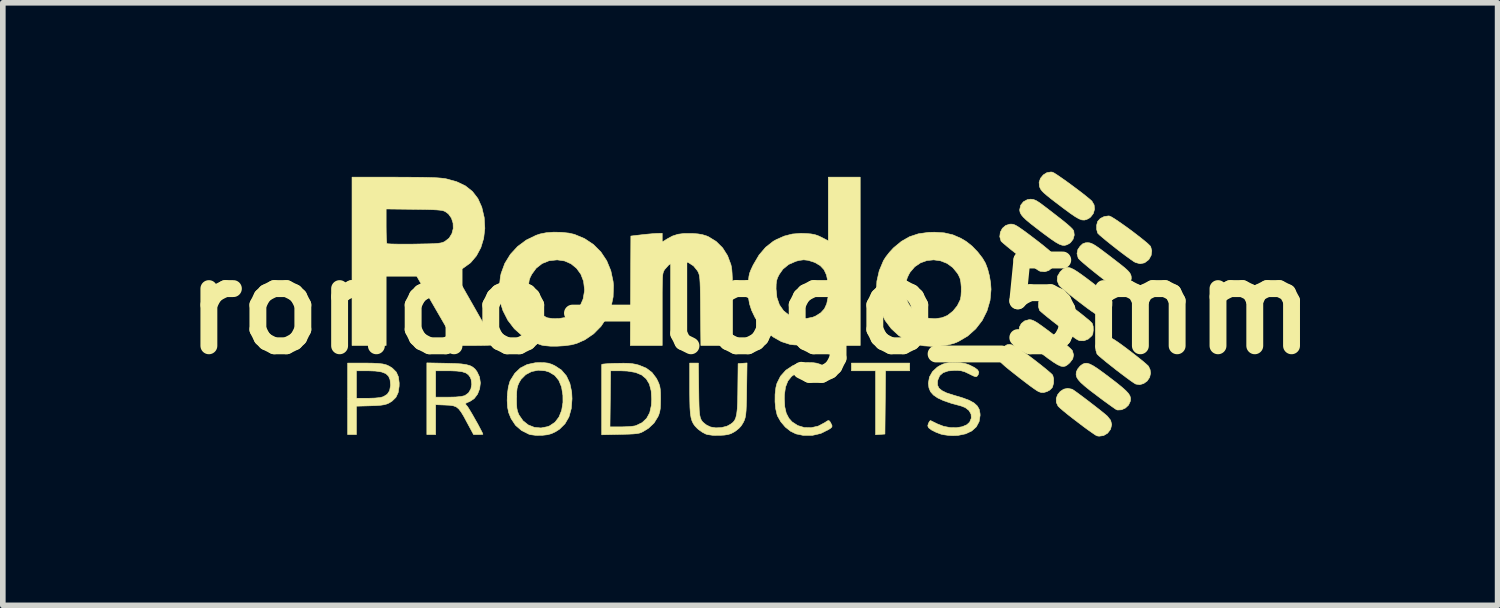
<source format=kicad_pcb>
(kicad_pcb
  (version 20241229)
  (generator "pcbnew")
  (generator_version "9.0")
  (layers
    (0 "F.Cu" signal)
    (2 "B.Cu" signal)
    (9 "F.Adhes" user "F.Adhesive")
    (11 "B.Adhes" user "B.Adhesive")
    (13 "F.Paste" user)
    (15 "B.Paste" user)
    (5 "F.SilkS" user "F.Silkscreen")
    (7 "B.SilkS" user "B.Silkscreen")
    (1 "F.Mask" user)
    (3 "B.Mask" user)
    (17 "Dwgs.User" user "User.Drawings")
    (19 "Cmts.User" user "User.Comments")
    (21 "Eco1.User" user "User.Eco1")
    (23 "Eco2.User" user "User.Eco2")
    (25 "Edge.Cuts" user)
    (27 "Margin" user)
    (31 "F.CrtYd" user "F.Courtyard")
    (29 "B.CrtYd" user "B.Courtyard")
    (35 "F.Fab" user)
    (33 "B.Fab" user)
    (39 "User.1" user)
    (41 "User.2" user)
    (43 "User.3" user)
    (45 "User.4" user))
  (footprint "rondo-logo_5mm"
    (layer "F.Cu")
    (at 10.276 2.403)
    (property "Reference" "rondo-logo_5mm" (at 0 0 0) (layer "F.SilkS") (effects (font (size 1.524 1.524) (thickness 0.3))))
    (attr through_hole)
    (fp_poly (pts (xy 2.833 1.133) (xy 2.404 1.133) (xy 2.393 2.257) (xy 2.31 2.263) (xy 2.227 2.269) (xy 2.227 1.133) (xy 1.798 1.133) (xy 1.798 0.996) (xy 2.833 0.996) (xy 2.833 1.133)) (stroke (width 0.01) (type solid)) (fill yes) (layer "F.SilkS"))
    (fp_poly (pts (xy 5.029 -1.91) (xy 5.078 -1.891) (xy 5.137 -1.854) (xy 5.182 -1.821) (xy 5.336 -1.704) (xy 5.462 -1.606) (xy 5.562 -1.528) (xy 5.637 -1.466) (xy 5.691 -1.418) (xy 5.726 -1.382) (xy 5.744 -1.357) (xy 5.747 -1.35) (xy 5.756 -1.277) (xy 5.735 -1.203) (xy 5.689 -1.143) (xy 5.669 -1.128) (xy 5.625 -1.105) (xy 5.584 -1.094) (xy 5.541 -1.097) (xy 5.489 -1.116) (xy 5.425 -1.152) (xy 5.342 -1.208) (xy 5.236 -1.286) (xy 5.202 -1.311) (xy 5.075 -1.408) (xy 4.976 -1.485) (xy 4.902 -1.547) (xy 4.85 -1.597) (xy 4.816 -1.638) (xy 4.796 -1.675) (xy 4.788 -1.709) (xy 4.787 -1.73) (xy 4.805 -1.808) (xy 4.853 -1.869) (xy 4.923 -1.907) (xy 4.98 -1.915) (xy 5.029 -1.91)) (stroke (width 0.01) (type solid)) (fill yes) (layer "F.SilkS"))
    (fp_poly (pts (xy 4.989 0.228) (xy 5.021 0.238) (xy 5.06 0.257) (xy 5.111 0.289) (xy 5.18 0.337) (xy 5.271 0.404) (xy 5.369 0.478) (xy 5.469 0.555) (xy 5.559 0.627) (xy 5.634 0.69) (xy 5.689 0.739) (xy 5.72 0.771) (xy 5.723 0.776) (xy 5.744 0.853) (xy 5.729 0.922) (xy 5.678 0.989) (xy 5.638 1.025) (xy 5.6 1.049) (xy 5.561 1.058) (xy 5.515 1.05) (xy 5.458 1.024) (xy 5.384 0.978) (xy 5.29 0.912) (xy 5.171 0.822) (xy 5.156 0.811) (xy 5.057 0.733) (xy 4.966 0.66) (xy 4.89 0.596) (xy 4.834 0.545) (xy 4.802 0.511) (xy 4.799 0.507) (xy 4.774 0.433) (xy 4.781 0.359) (xy 4.816 0.294) (xy 4.875 0.247) (xy 4.951 0.226) (xy 4.961 0.226) (xy 4.989 0.228)) (stroke (width 0.01) (type solid)) (fill yes) (layer "F.SilkS"))
    (fp_poly (pts (xy 5.386 -0.232) (xy 5.443 -0.197) (xy 5.518 -0.145) (xy 5.606 -0.083) (xy 5.701 -0.014) (xy 5.796 0.058) (xy 5.886 0.128) (xy 5.965 0.192) (xy 6.028 0.244) (xy 6.067 0.282) (xy 6.077 0.295) (xy 6.092 0.346) (xy 6.094 0.412) (xy 6.086 0.473) (xy 6.071 0.509) (xy 6.004 0.57) (xy 5.928 0.6) (xy 5.851 0.598) (xy 5.813 0.582) (xy 5.774 0.557) (xy 5.714 0.514) (xy 5.638 0.458) (xy 5.551 0.392) (xy 5.461 0.322) (xy 5.371 0.252) (xy 5.289 0.187) (xy 5.219 0.13) (xy 5.168 0.086) (xy 5.14 0.06) (xy 5.138 0.057) (xy 5.121 -0.004) (xy 5.122 -0.079) (xy 5.14 -0.147) (xy 5.149 -0.165) (xy 5.205 -0.217) (xy 5.279 -0.246) (xy 5.354 -0.247) (xy 5.386 -0.232)) (stroke (width 0.01) (type solid)) (fill yes) (layer "F.SilkS"))
    (fp_poly (pts (xy 5.686 -0.694) (xy 5.746 -0.667) (xy 5.822 -0.619) (xy 5.918 -0.551) (xy 6.04 -0.46) (xy 6.065 -0.441) (xy 6.163 -0.364) (xy 6.252 -0.294) (xy 6.325 -0.234) (xy 6.378 -0.188) (xy 6.406 -0.16) (xy 6.409 -0.157) (xy 6.427 -0.091) (xy 6.425 -0.016) (xy 6.404 0.051) (xy 6.387 0.076) (xy 6.313 0.133) (xy 6.233 0.152) (xy 6.16 0.136) (xy 6.124 0.116) (xy 6.065 0.076) (xy 5.988 0.021) (xy 5.901 -0.045) (xy 5.809 -0.115) (xy 5.717 -0.187) (xy 5.633 -0.255) (xy 5.563 -0.314) (xy 5.511 -0.359) (xy 5.486 -0.387) (xy 5.486 -0.387) (xy 5.453 -0.467) (xy 5.459 -0.546) (xy 5.504 -0.622) (xy 5.52 -0.639) (xy 5.559 -0.675) (xy 5.597 -0.696) (xy 5.638 -0.704) (xy 5.686 -0.694)) (stroke (width 0.01) (type solid)) (fill yes) (layer "F.SilkS"))
    (fp_poly (pts (xy 5.714 1.46) (xy 5.727 1.466) (xy 5.76 1.488) (xy 5.817 1.529) (xy 5.891 1.584) (xy 5.976 1.648) (xy 6.066 1.717) (xy 6.154 1.785) (xy 6.233 1.847) (xy 6.297 1.899) (xy 6.339 1.935) (xy 6.344 1.939) (xy 6.402 2.013) (xy 6.421 2.088) (xy 6.402 2.168) (xy 6.399 2.175) (xy 6.348 2.242) (xy 6.277 2.284) (xy 6.197 2.295) (xy 6.16 2.289) (xy 6.13 2.273) (xy 6.076 2.236) (xy 6.003 2.185) (xy 5.917 2.122) (xy 5.825 2.052) (xy 5.732 1.981) (xy 5.645 1.913) (xy 5.569 1.851) (xy 5.51 1.801) (xy 5.474 1.767) (xy 5.469 1.762) (xy 5.437 1.694) (xy 5.436 1.623) (xy 5.462 1.556) (xy 5.508 1.5) (xy 5.569 1.46) (xy 5.64 1.445) (xy 5.714 1.46)) (stroke (width 0.01) (type solid)) (fill yes) (layer "F.SilkS"))
    (fp_poly (pts (xy 6.38 -1.616) (xy 6.414 -1.601) (xy 6.472 -1.566) (xy 6.548 -1.515) (xy 6.637 -1.453) (xy 6.733 -1.384) (xy 6.829 -1.312) (xy 6.92 -1.242) (xy 7 -1.178) (xy 7.063 -1.125) (xy 7.103 -1.086) (xy 7.113 -1.073) (xy 7.133 -0.998) (xy 7.122 -0.917) (xy 7.082 -0.845) (xy 7.078 -0.84) (xy 7.006 -0.785) (xy 6.927 -0.768) (xy 6.845 -0.79) (xy 6.817 -0.805) (xy 6.759 -0.845) (xy 6.684 -0.899) (xy 6.598 -0.963) (xy 6.507 -1.033) (xy 6.416 -1.105) (xy 6.332 -1.172) (xy 6.26 -1.232) (xy 6.206 -1.278) (xy 6.176 -1.308) (xy 6.172 -1.313) (xy 6.154 -1.378) (xy 6.154 -1.454) (xy 6.172 -1.52) (xy 6.173 -1.521) (xy 6.219 -1.572) (xy 6.287 -1.606) (xy 6.361 -1.617) (xy 6.38 -1.616)) (stroke (width 0.01) (type solid)) (fill yes) (layer "F.SilkS"))
    (fp_poly (pts (xy 4.653 -1.471) (xy 4.682 -1.465) (xy 4.717 -1.45) (xy 4.762 -1.423) (xy 4.822 -1.382) (xy 4.902 -1.324) (xy 5.006 -1.246) (xy 5.036 -1.223) (xy 5.137 -1.146) (xy 5.227 -1.074) (xy 5.302 -1.012) (xy 5.357 -0.962) (xy 5.387 -0.93) (xy 5.39 -0.925) (xy 5.411 -0.841) (xy 5.4 -0.763) (xy 5.362 -0.697) (xy 5.304 -0.649) (xy 5.232 -0.626) (xy 5.15 -0.635) (xy 5.139 -0.64) (xy 5.109 -0.657) (xy 5.056 -0.694) (xy 4.985 -0.746) (xy 4.902 -0.809) (xy 4.811 -0.878) (xy 4.721 -0.949) (xy 4.635 -1.017) (xy 4.56 -1.078) (xy 4.501 -1.128) (xy 4.464 -1.161) (xy 4.455 -1.172) (xy 4.433 -1.249) (xy 4.443 -1.328) (xy 4.479 -1.397) (xy 4.538 -1.448) (xy 4.613 -1.472) (xy 4.624 -1.472) (xy 4.653 -1.471)) (stroke (width 0.01) (type solid)) (fill yes) (layer "F.SilkS"))
    (fp_poly (pts (xy 5.37 -2.394) (xy 5.4 -2.379) (xy 5.455 -2.344) (xy 5.529 -2.293) (xy 5.616 -2.232) (xy 5.709 -2.164) (xy 5.803 -2.094) (xy 5.893 -2.026) (xy 5.971 -1.964) (xy 6.032 -1.914) (xy 6.071 -1.879) (xy 6.071 -1.878) (xy 6.109 -1.812) (xy 6.116 -1.736) (xy 6.095 -1.661) (xy 6.047 -1.598) (xy 6.018 -1.576) (xy 5.975 -1.554) (xy 5.934 -1.544) (xy 5.891 -1.547) (xy 5.84 -1.566) (xy 5.775 -1.603) (xy 5.692 -1.659) (xy 5.585 -1.738) (xy 5.554 -1.761) (xy 5.433 -1.853) (xy 5.339 -1.925) (xy 5.269 -1.982) (xy 5.219 -2.025) (xy 5.184 -2.06) (xy 5.161 -2.09) (xy 5.147 -2.118) (xy 5.138 -2.142) (xy 5.132 -2.216) (xy 5.157 -2.287) (xy 5.206 -2.346) (xy 5.27 -2.386) (xy 5.343 -2.398) (xy 5.37 -2.394)) (stroke (width 0.01) (type solid)) (fill yes) (layer "F.SilkS"))
    (fp_poly (pts (xy 6.025 -1.14) (xy 6.056 -1.131) (xy 6.095 -1.113) (xy 6.145 -1.082) (xy 6.212 -1.035) (xy 6.301 -0.968) (xy 6.374 -0.913) (xy 6.495 -0.82) (xy 6.589 -0.747) (xy 6.659 -0.69) (xy 6.708 -0.645) (xy 6.739 -0.609) (xy 6.758 -0.577) (xy 6.767 -0.546) (xy 6.769 -0.513) (xy 6.769 -0.505) (xy 6.752 -0.428) (xy 6.706 -0.366) (xy 6.641 -0.326) (xy 6.565 -0.314) (xy 6.505 -0.329) (xy 6.469 -0.35) (xy 6.411 -0.39) (xy 6.336 -0.445) (xy 6.251 -0.511) (xy 6.16 -0.582) (xy 6.07 -0.654) (xy 5.986 -0.723) (xy 5.914 -0.784) (xy 5.86 -0.832) (xy 5.83 -0.863) (xy 5.826 -0.87) (xy 5.805 -0.949) (xy 5.82 -1.021) (xy 5.86 -1.079) (xy 5.906 -1.122) (xy 5.955 -1.14) (xy 5.994 -1.142) (xy 6.025 -1.14)) (stroke (width 0.01) (type solid)) (fill yes) (layer "F.SilkS"))
    (fp_poly (pts (xy 6.033 1.014) (xy 6.095 1.046) (xy 6.175 1.098) (xy 6.276 1.171) (xy 6.393 1.259) (xy 6.514 1.352) (xy 6.606 1.427) (xy 6.674 1.488) (xy 6.719 1.537) (xy 6.745 1.579) (xy 6.756 1.618) (xy 6.755 1.658) (xy 6.751 1.677) (xy 6.72 1.743) (xy 6.664 1.795) (xy 6.596 1.826) (xy 6.526 1.83) (xy 6.506 1.824) (xy 6.482 1.809) (xy 6.432 1.774) (xy 6.362 1.724) (xy 6.275 1.661) (xy 6.179 1.589) (xy 6.161 1.575) (xy 6.036 1.481) (xy 5.941 1.404) (xy 5.872 1.342) (xy 5.826 1.29) (xy 5.799 1.245) (xy 5.789 1.203) (xy 5.792 1.161) (xy 5.793 1.152) (xy 5.817 1.102) (xy 5.858 1.052) (xy 5.867 1.044) (xy 5.905 1.016) (xy 5.942 1.001) (xy 5.983 0.999) (xy 6.033 1.014)) (stroke (width 0.01) (type solid)) (fill yes) (layer "F.SilkS"))
    (fp_poly (pts (xy 6.357 0.53) (xy 6.405 0.547) (xy 6.466 0.581) (xy 6.544 0.633) (xy 6.644 0.706) (xy 6.722 0.765) (xy 6.82 0.84) (xy 6.91 0.911) (xy 6.986 0.972) (xy 7.041 1.02) (xy 7.072 1.049) (xy 7.074 1.051) (xy 7.103 1.113) (xy 7.112 1.175) (xy 7.095 1.25) (xy 7.052 1.314) (xy 6.99 1.359) (xy 6.919 1.38) (xy 6.848 1.369) (xy 6.815 1.349) (xy 6.758 1.31) (xy 6.684 1.256) (xy 6.599 1.192) (xy 6.507 1.122) (xy 6.416 1.05) (xy 6.33 0.982) (xy 6.256 0.921) (xy 6.199 0.873) (xy 6.166 0.841) (xy 6.16 0.834) (xy 6.14 0.77) (xy 6.137 0.696) (xy 6.152 0.631) (xy 6.155 0.624) (xy 6.187 0.589) (xy 6.232 0.557) (xy 6.275 0.537) (xy 6.315 0.528) (xy 6.357 0.53)) (stroke (width 0.01) (type solid)) (fill yes) (layer "F.SilkS"))
    (fp_poly (pts (xy 4.651 0.674) (xy 4.711 0.701) (xy 4.787 0.749) (xy 4.884 0.817) (xy 5.006 0.909) (xy 5.03 0.927) (xy 5.128 1.003) (xy 5.216 1.073) (xy 5.289 1.133) (xy 5.342 1.179) (xy 5.37 1.207) (xy 5.373 1.211) (xy 5.39 1.275) (xy 5.389 1.351) (xy 5.37 1.42) (xy 5.362 1.435) (xy 5.321 1.476) (xy 5.271 1.503) (xy 5.215 1.519) (xy 5.172 1.52) (xy 5.125 1.504) (xy 5.091 1.485) (xy 5.034 1.446) (xy 4.959 1.392) (xy 4.873 1.327) (xy 4.782 1.257) (xy 4.691 1.185) (xy 4.605 1.117) (xy 4.532 1.057) (xy 4.477 1.008) (xy 4.446 0.977) (xy 4.441 0.972) (xy 4.415 0.89) (xy 4.428 0.81) (xy 4.479 0.734) (xy 4.485 0.728) (xy 4.524 0.693) (xy 4.562 0.671) (xy 4.603 0.664) (xy 4.651 0.674)) (stroke (width 0.01) (type solid)) (fill yes) (layer "F.SilkS"))
    (fp_poly (pts (xy -6.714 0.998) (xy -6.609 1.003) (xy -6.528 1.012) (xy -6.464 1.028) (xy -6.411 1.052) (xy -6.36 1.084) (xy -6.353 1.09) (xy -6.287 1.156) (xy -6.249 1.241) (xy -6.235 1.35) (xy -6.236 1.406) (xy -6.253 1.519) (xy -6.294 1.606) (xy -6.363 1.673) (xy -6.415 1.705) (xy -6.456 1.723) (xy -6.503 1.736) (xy -6.562 1.745) (xy -6.644 1.751) (xy -6.746 1.755) (xy -6.995 1.762) (xy -6.995 2.266) (xy -7.151 2.266) (xy -7.151 1.133) (xy -6.995 1.133) (xy -6.995 1.622) (xy -6.789 1.622) (xy -6.667 1.618) (xy -6.574 1.609) (xy -6.518 1.594) (xy -6.447 1.55) (xy -6.405 1.486) (xy -6.389 1.397) (xy -6.389 1.377) (xy -6.397 1.293) (xy -6.424 1.229) (xy -6.473 1.183) (xy -6.549 1.154) (xy -6.655 1.138) (xy -6.789 1.133) (xy -6.995 1.133) (xy -7.151 1.133) (xy -7.151 0.996) (xy -6.851 0.996) (xy -6.714 0.998)) (stroke (width 0.01) (type solid)) (fill yes) (layer "F.SilkS"))
    (fp_poly (pts (xy -0.063 1.469) (xy -0.065 1.624) (xy -0.069 1.746) (xy -0.073 1.839) (xy -0.08 1.911) (xy -0.09 1.967) (xy -0.104 2.011) (xy -0.123 2.051) (xy -0.148 2.092) (xy -0.164 2.116) (xy -0.203 2.158) (xy -0.26 2.203) (xy -0.29 2.222) (xy -0.343 2.25) (xy -0.397 2.266) (xy -0.464 2.276) (xy -0.546 2.28) (xy -0.669 2.279) (xy -0.76 2.266) (xy -0.791 2.256) (xy -0.853 2.223) (xy -0.919 2.176) (xy -0.942 2.155) (xy -0.981 2.114) (xy -1.011 2.072) (xy -1.034 2.024) (xy -1.051 1.965) (xy -1.063 1.889) (xy -1.07 1.791) (xy -1.073 1.667) (xy -1.075 1.51) (xy -1.075 1.452) (xy -1.075 0.996) (xy -0.92 0.996) (xy -0.914 1.474) (xy -0.912 1.631) (xy -0.909 1.754) (xy -0.905 1.848) (xy -0.897 1.918) (xy -0.885 1.971) (xy -0.868 2.01) (xy -0.845 2.041) (xy -0.813 2.069) (xy -0.775 2.098) (xy -0.703 2.132) (xy -0.61 2.147) (xy -0.511 2.142) (xy -0.418 2.119) (xy -0.392 2.107) (xy -0.344 2.079) (xy -0.305 2.049) (xy -0.276 2.013) (xy -0.255 1.964) (xy -0.24 1.899) (xy -0.23 1.812) (xy -0.224 1.699) (xy -0.221 1.554) (xy -0.22 1.456) (xy -0.215 1.006) (xy -0.135 1) (xy -0.056 0.994) (xy -0.063 1.469)) (stroke (width 0.01) (type solid)) (fill yes) (layer "F.SilkS"))
    (fp_poly (pts (xy -1.563 -1.154) (xy -1.475 -1.209) (xy -1.381 -1.26) (xy -1.283 -1.292) (xy -1.172 -1.306) (xy -1.034 -1.306) (xy -1.031 -1.306) (xy -0.926 -1.298) (xy -0.846 -1.284) (xy -0.775 -1.262) (xy -0.74 -1.247) (xy -0.604 -1.163) (xy -0.49 -1.05) (xy -0.402 -0.911) (xy -0.343 -0.753) (xy -0.334 -0.713) (xy -0.327 -0.663) (xy -0.322 -0.598) (xy -0.318 -0.515) (xy -0.315 -0.409) (xy -0.314 -0.276) (xy -0.313 -0.11) (xy -0.313 0.024) (xy -0.313 0.684) (xy -0.876 0.684) (xy -0.883 0.064) (xy -0.884 -0.108) (xy -0.886 -0.246) (xy -0.888 -0.353) (xy -0.891 -0.435) (xy -0.895 -0.497) (xy -0.9 -0.542) (xy -0.907 -0.575) (xy -0.916 -0.602) (xy -0.927 -0.626) (xy -0.938 -0.645) (xy -1.007 -0.73) (xy -1.1 -0.79) (xy -1.211 -0.818) (xy -1.252 -0.821) (xy -1.356 -0.802) (xy -1.447 -0.747) (xy -1.519 -0.666) (xy -1.531 -0.647) (xy -1.54 -0.627) (xy -1.548 -0.603) (xy -1.554 -0.569) (xy -1.558 -0.521) (xy -1.56 -0.455) (xy -1.562 -0.366) (xy -1.563 -0.251) (xy -1.563 -0.104) (xy -1.563 0.042) (xy -1.563 0.684) (xy -2.13 0.684) (xy -2.125 -0.288) (xy -2.12 -1.26) (xy -1.925 -1.283) (xy -1.831 -1.293) (xy -1.742 -1.301) (xy -1.671 -1.306) (xy -1.646 -1.307) (xy -1.563 -1.309) (xy -1.563 -1.154)) (stroke (width 0.01) (type solid)) (fill yes) (layer "F.SilkS"))
    (fp_poly (pts (xy -5.397 1) (xy -5.248 1.004) (xy -5.133 1.011) (xy -5.044 1.024) (xy -4.978 1.042) (xy -4.927 1.069) (xy -4.886 1.105) (xy -4.853 1.149) (xy -4.808 1.244) (xy -4.793 1.348) (xy -4.806 1.452) (xy -4.843 1.548) (xy -4.903 1.627) (xy -4.983 1.68) (xy -4.987 1.681) (xy -5.038 1.702) (xy -5.057 1.718) (xy -5.049 1.738) (xy -5.026 1.763) (xy -5.007 1.791) (xy -4.975 1.843) (xy -4.934 1.912) (xy -4.889 1.992) (xy -4.843 2.072) (xy -4.803 2.148) (xy -4.771 2.209) (xy -4.751 2.25) (xy -4.748 2.261) (xy -4.765 2.264) (xy -4.809 2.266) (xy -4.831 2.266) (xy -4.914 2.266) (xy -5.029 2.053) (xy -5.088 1.943) (xy -5.136 1.864) (xy -5.178 1.81) (xy -5.221 1.775) (xy -5.271 1.756) (xy -5.333 1.746) (xy -5.414 1.742) (xy -5.588 1.735) (xy -5.588 2.266) (xy -5.744 2.266) (xy -5.744 1.133) (xy -5.588 1.133) (xy -5.588 1.602) (xy -5.363 1.602) (xy -5.231 1.599) (xy -5.135 1.59) (xy -5.072 1.575) (xy -5.069 1.574) (xy -5.004 1.527) (xy -4.962 1.457) (xy -4.946 1.373) (xy -4.958 1.285) (xy -4.974 1.248) (xy -5.006 1.203) (xy -5.052 1.171) (xy -5.117 1.15) (xy -5.209 1.138) (xy -5.332 1.133) (xy -5.363 1.133) (xy -5.588 1.133) (xy -5.744 1.133) (xy -5.744 0.993) (xy -5.397 1)) (stroke (width 0.01) (type solid)) (fill yes) (layer "F.SilkS"))
    (fp_poly (pts (xy -2.162 1.001) (xy -2.091 1.008) (xy -2.03 1.019) (xy -1.974 1.034) (xy -1.845 1.088) (xy -1.746 1.162) (xy -1.669 1.264) (xy -1.647 1.305) (xy -1.623 1.358) (xy -1.607 1.406) (xy -1.598 1.459) (xy -1.593 1.527) (xy -1.592 1.623) (xy -1.592 1.631) (xy -1.594 1.733) (xy -1.598 1.807) (xy -1.608 1.864) (xy -1.624 1.915) (xy -1.639 1.949) (xy -1.708 2.061) (xy -1.807 2.154) (xy -1.901 2.212) (xy -1.935 2.229) (xy -1.971 2.241) (xy -2.017 2.249) (xy -2.078 2.255) (xy -2.163 2.259) (xy -2.278 2.262) (xy -2.31 2.263) (xy -2.638 2.27) (xy -2.638 2.13) (xy -2.491 2.13) (xy -2.294 2.13) (xy -2.202 2.127) (xy -2.117 2.122) (xy -2.053 2.113) (xy -2.03 2.107) (xy -1.921 2.055) (xy -1.84 1.979) (xy -1.785 1.878) (xy -1.756 1.749) (xy -1.75 1.641) (xy -1.759 1.491) (xy -1.791 1.369) (xy -1.847 1.276) (xy -1.929 1.207) (xy -2.04 1.162) (xy -2.183 1.138) (xy -2.308 1.133) (xy -2.48 1.133) (xy -2.491 2.13) (xy -2.638 2.13) (xy -2.638 1.653) (xy -2.638 1.501) (xy -2.638 1.362) (xy -2.638 1.24) (xy -2.638 1.141) (xy -2.638 1.068) (xy -2.638 1.028) (xy -2.638 1.021) (xy -2.619 1.015) (xy -2.569 1.01) (xy -2.494 1.005) (xy -2.401 1.001) (xy -2.37 1.001) (xy -2.251 0.999) (xy -2.162 1.001)) (stroke (width 0.01) (type solid)) (fill yes) (layer "F.SilkS"))
    (fp_poly (pts (xy 1.113 0.989) (xy 1.178 0.998) (xy 1.24 1.017) (xy 1.315 1.052) (xy 1.316 1.052) (xy 1.384 1.087) (xy 1.423 1.111) (xy 1.44 1.132) (xy 1.441 1.158) (xy 1.438 1.178) (xy 1.427 1.223) (xy 1.417 1.247) (xy 1.417 1.247) (xy 1.396 1.244) (xy 1.35 1.225) (xy 1.288 1.196) (xy 1.279 1.191) (xy 1.143 1.14) (xy 1.011 1.125) (xy 0.887 1.145) (xy 0.826 1.17) (xy 0.735 1.232) (xy 0.669 1.315) (xy 0.627 1.422) (xy 0.608 1.557) (xy 0.606 1.631) (xy 0.614 1.773) (xy 0.64 1.887) (xy 0.687 1.977) (xy 0.743 2.04) (xy 0.844 2.106) (xy 0.96 2.141) (xy 1.084 2.144) (xy 1.208 2.116) (xy 1.323 2.055) (xy 1.325 2.054) (xy 1.371 2.023) (xy 1.398 2.017) (xy 1.418 2.038) (xy 1.436 2.071) (xy 1.453 2.107) (xy 1.451 2.131) (xy 1.425 2.156) (xy 1.392 2.177) (xy 1.254 2.246) (xy 1.102 2.281) (xy 0.944 2.281) (xy 0.813 2.254) (xy 0.717 2.207) (xy 0.624 2.133) (xy 0.544 2.039) (xy 0.486 1.938) (xy 0.477 1.914) (xy 0.453 1.809) (xy 0.441 1.684) (xy 0.442 1.553) (xy 0.456 1.432) (xy 0.475 1.356) (xy 0.538 1.23) (xy 0.633 1.124) (xy 0.755 1.043) (xy 0.758 1.042) (xy 0.825 1.012) (xy 0.887 0.995) (xy 0.959 0.988) (xy 1.026 0.987) (xy 1.113 0.989)) (stroke (width 0.01) (type solid)) (fill yes) (layer "F.SilkS"))
    (fp_poly (pts (xy -3.653 0.99) (xy -3.587 0.998) (xy -3.526 1.018) (xy -3.472 1.043) (xy -3.354 1.12) (xy -3.265 1.224) (xy -3.204 1.355) (xy -3.171 1.512) (xy -3.165 1.631) (xy -3.179 1.806) (xy -3.22 1.953) (xy -3.29 2.074) (xy -3.388 2.171) (xy -3.46 2.217) (xy -3.531 2.25) (xy -3.601 2.269) (xy -3.689 2.279) (xy -3.712 2.28) (xy -3.817 2.279) (xy -3.901 2.268) (xy -3.93 2.26) (xy -4.063 2.193) (xy -4.168 2.102) (xy -4.247 1.983) (xy -4.29 1.878) (xy -4.31 1.781) (xy -4.317 1.663) (xy -4.316 1.631) (xy -4.151 1.631) (xy -4.15 1.728) (xy -4.145 1.798) (xy -4.134 1.851) (xy -4.115 1.901) (xy -4.106 1.92) (xy -4.036 2.021) (xy -3.943 2.095) (xy -3.834 2.138) (xy -3.716 2.149) (xy -3.596 2.125) (xy -3.562 2.111) (xy -3.468 2.048) (xy -3.397 1.955) (xy -3.349 1.836) (xy -3.326 1.695) (xy -3.327 1.57) (xy -3.351 1.421) (xy -3.4 1.303) (xy -3.472 1.215) (xy -3.57 1.156) (xy -3.64 1.134) (xy -3.766 1.123) (xy -3.884 1.147) (xy -3.987 1.201) (xy -4.07 1.284) (xy -4.104 1.341) (xy -4.127 1.393) (xy -4.141 1.445) (xy -4.148 1.51) (xy -4.151 1.597) (xy -4.151 1.631) (xy -4.316 1.631) (xy -4.312 1.538) (xy -4.296 1.42) (xy -4.269 1.324) (xy -4.261 1.306) (xy -4.182 1.179) (xy -4.083 1.084) (xy -3.962 1.022) (xy -3.818 0.991) (xy -3.742 0.988) (xy -3.653 0.99)) (stroke (width 0.01) (type solid)) (fill yes) (layer "F.SilkS"))
    (fp_poly (pts (xy -3.351 -1.326) (xy -3.219 -1.312) (xy -3.123 -1.29) (xy -2.943 -1.215) (xy -2.785 -1.11) (xy -2.653 -0.978) (xy -2.549 -0.822) (xy -2.476 -0.645) (xy -2.435 -0.451) (xy -2.429 -0.381) (xy -2.435 -0.178) (xy -2.475 0.013) (xy -2.548 0.188) (xy -2.65 0.343) (xy -2.781 0.476) (xy -2.936 0.582) (xy -3.085 0.648) (xy -3.178 0.672) (xy -3.295 0.688) (xy -3.424 0.696) (xy -3.549 0.696) (xy -3.658 0.686) (xy -3.706 0.677) (xy -3.885 0.612) (xy -4.047 0.513) (xy -4.189 0.387) (xy -4.305 0.236) (xy -4.392 0.065) (xy -4.426 -0.042) (xy -4.445 -0.147) (xy -4.453 -0.275) (xy -4.452 -0.313) (xy -3.937 -0.313) (xy -3.934 -0.219) (xy -3.926 -0.152) (xy -3.909 -0.098) (xy -3.894 -0.066) (xy -3.841 0.011) (xy -3.769 0.085) (xy -3.689 0.148) (xy -3.614 0.188) (xy -3.599 0.193) (xy -3.504 0.207) (xy -3.395 0.205) (xy -3.289 0.187) (xy -3.211 0.16) (xy -3.104 0.084) (xy -3.022 -0.018) (xy -2.968 -0.142) (xy -2.944 -0.281) (xy -2.943 -0.313) (xy -2.96 -0.457) (xy -3.008 -0.582) (xy -3.084 -0.687) (xy -3.182 -0.767) (xy -3.298 -0.818) (xy -3.429 -0.837) (xy -3.57 -0.822) (xy -3.572 -0.822) (xy -3.696 -0.772) (xy -3.801 -0.69) (xy -3.88 -0.582) (xy -3.909 -0.525) (xy -3.926 -0.475) (xy -3.934 -0.417) (xy -3.937 -0.337) (xy -3.937 -0.313) (xy -4.452 -0.313) (xy -4.451 -0.408) (xy -4.438 -0.531) (xy -4.425 -0.595) (xy -4.359 -0.774) (xy -4.26 -0.935) (xy -4.132 -1.074) (xy -3.979 -1.188) (xy -3.804 -1.273) (xy -3.733 -1.297) (xy -3.623 -1.319) (xy -3.49 -1.329) (xy -3.351 -1.326)) (stroke (width 0.01) (type solid)) (fill yes) (layer "F.SilkS"))
    (fp_poly (pts (xy 1.954 0.684) (xy 1.387 0.684) (xy 1.387 0.614) (xy 1.384 0.57) (xy 1.375 0.551) (xy 1.373 0.551) (xy 1.272 0.601) (xy 1.195 0.636) (xy 1.131 0.657) (xy 1.07 0.669) (xy 1.002 0.675) (xy 0.957 0.677) (xy 0.867 0.677) (xy 0.78 0.673) (xy 0.712 0.665) (xy 0.703 0.663) (xy 0.554 0.615) (xy 0.408 0.533) (xy 0.274 0.427) (xy 0.159 0.301) (xy 0.085 0.185) (xy 0.025 0.059) (xy -0.013 -0.058) (xy -0.033 -0.18) (xy -0.037 -0.321) (xy -0.037 -0.322) (xy 0.459 -0.322) (xy 0.474 -0.169) (xy 0.519 -0.038) (xy 0.593 0.068) (xy 0.693 0.147) (xy 0.786 0.187) (xy 0.889 0.206) (xy 1.003 0.204) (xy 1.111 0.182) (xy 1.164 0.16) (xy 1.254 0.103) (xy 1.318 0.033) (xy 1.359 -0.056) (xy 1.382 -0.169) (xy 1.387 -0.295) (xy 1.38 -0.448) (xy 1.355 -0.569) (xy 1.311 -0.663) (xy 1.245 -0.734) (xy 1.155 -0.787) (xy 1.122 -0.8) (xy 1.029 -0.829) (xy 0.95 -0.838) (xy 0.867 -0.827) (xy 0.812 -0.812) (xy 0.683 -0.756) (xy 0.581 -0.672) (xy 0.516 -0.58) (xy 0.486 -0.521) (xy 0.469 -0.468) (xy 0.461 -0.405) (xy 0.459 -0.322) (xy -0.037 -0.322) (xy -0.035 -0.374) (xy -0.03 -0.471) (xy -0.023 -0.541) (xy -0.011 -0.599) (xy 0.011 -0.656) (xy 0.044 -0.727) (xy 0.056 -0.751) (xy 0.157 -0.923) (xy 0.275 -1.061) (xy 0.41 -1.167) (xy 0.464 -1.197) (xy 0.607 -1.26) (xy 0.748 -1.296) (xy 0.901 -1.308) (xy 0.984 -1.305) (xy 1.079 -1.298) (xy 1.152 -1.284) (xy 1.217 -1.261) (xy 1.269 -1.236) (xy 1.387 -1.175) (xy 1.387 -2.306) (xy 1.954 -2.306) (xy 1.954 0.684)) (stroke (width 0.01) (type solid)) (fill yes) (layer "F.SilkS"))
    (fp_poly (pts (xy 3.446 -1.317) (xy 3.599 -1.282) (xy 3.742 -1.22) (xy 3.839 -1.162) (xy 3.941 -1.081) (xy 4.041 -0.977) (xy 4.127 -0.866) (xy 4.179 -0.777) (xy 4.217 -0.677) (xy 4.249 -0.554) (xy 4.27 -0.427) (xy 4.278 -0.313) (xy 4.26 -0.116) (xy 4.206 0.069) (xy 4.121 0.239) (xy 4.006 0.388) (xy 3.864 0.515) (xy 3.698 0.613) (xy 3.624 0.644) (xy 3.509 0.675) (xy 3.371 0.694) (xy 3.224 0.699) (xy 3.084 0.69) (xy 2.97 0.669) (xy 2.793 0.602) (xy 2.637 0.506) (xy 2.505 0.384) (xy 2.398 0.241) (xy 2.317 0.081) (xy 2.264 -0.092) (xy 2.241 -0.273) (xy 2.243 -0.313) (xy 2.765 -0.313) (xy 2.766 -0.226) (xy 2.773 -0.163) (xy 2.788 -0.112) (xy 2.814 -0.058) (xy 2.822 -0.044) (xy 2.904 0.069) (xy 3.005 0.149) (xy 3.127 0.196) (xy 3.27 0.208) (xy 3.296 0.207) (xy 3.404 0.191) (xy 3.496 0.154) (xy 3.507 0.148) (xy 3.601 0.074) (xy 3.679 -0.022) (xy 3.731 -0.127) (xy 3.734 -0.137) (xy 3.744 -0.193) (xy 3.749 -0.272) (xy 3.749 -0.355) (xy 3.749 -0.356) (xy 3.741 -0.443) (xy 3.727 -0.508) (xy 3.7 -0.567) (xy 3.682 -0.598) (xy 3.598 -0.701) (xy 3.496 -0.775) (xy 3.381 -0.82) (xy 3.26 -0.837) (xy 3.139 -0.825) (xy 3.025 -0.784) (xy 2.923 -0.715) (xy 2.84 -0.618) (xy 2.819 -0.581) (xy 2.791 -0.523) (xy 2.775 -0.469) (xy 2.767 -0.405) (xy 2.765 -0.317) (xy 2.765 -0.313) (xy 2.243 -0.313) (xy 2.25 -0.459) (xy 2.292 -0.644) (xy 2.368 -0.825) (xy 2.412 -0.893) (xy 2.474 -0.972) (xy 2.54 -1.044) (xy 2.548 -1.052) (xy 2.686 -1.166) (xy 2.83 -1.248) (xy 2.987 -1.3) (xy 3.165 -1.325) (xy 3.271 -1.328) (xy 3.446 -1.317)) (stroke (width 0.01) (type solid)) (fill yes) (layer "F.SilkS"))
    (fp_poly (pts (xy 3.733 0.991) (xy 3.808 1.001) (xy 3.873 1.022) (xy 3.897 1.032) (xy 3.986 1.077) (xy 4.04 1.118) (xy 4.061 1.157) (xy 4.051 1.199) (xy 4.039 1.218) (xy 4.024 1.235) (xy 4.003 1.238) (xy 3.969 1.227) (xy 3.912 1.2) (xy 3.891 1.189) (xy 3.813 1.152) (xy 3.747 1.133) (xy 3.674 1.126) (xy 3.638 1.126) (xy 3.516 1.136) (xy 3.427 1.167) (xy 3.366 1.219) (xy 3.333 1.296) (xy 3.327 1.327) (xy 3.328 1.39) (xy 3.353 1.442) (xy 3.406 1.486) (xy 3.489 1.527) (xy 3.608 1.565) (xy 3.628 1.571) (xy 3.778 1.616) (xy 3.894 1.66) (xy 3.978 1.707) (xy 4.034 1.759) (xy 4.068 1.819) (xy 4.082 1.891) (xy 4.084 1.924) (xy 4.066 2.036) (xy 4.016 2.129) (xy 3.935 2.202) (xy 3.827 2.253) (xy 3.692 2.281) (xy 3.596 2.285) (xy 3.515 2.28) (xy 3.436 2.269) (xy 3.39 2.259) (xy 3.298 2.224) (xy 3.221 2.185) (xy 3.171 2.147) (xy 3.168 2.143) (xy 3.154 2.112) (xy 3.165 2.069) (xy 3.168 2.063) (xy 3.188 2.028) (xy 3.203 2.017) (xy 3.225 2.028) (xy 3.272 2.051) (xy 3.327 2.078) (xy 3.436 2.12) (xy 3.552 2.142) (xy 3.664 2.144) (xy 3.766 2.127) (xy 3.848 2.092) (xy 3.898 2.046) (xy 3.928 1.974) (xy 3.923 1.903) (xy 3.886 1.838) (xy 3.82 1.787) (xy 3.749 1.759) (xy 3.575 1.712) (xy 3.437 1.665) (xy 3.331 1.616) (xy 3.254 1.563) (xy 3.203 1.505) (xy 3.175 1.437) (xy 3.165 1.359) (xy 3.165 1.353) (xy 3.184 1.244) (xy 3.238 1.148) (xy 3.323 1.069) (xy 3.361 1.046) (xy 3.42 1.016) (xy 3.471 0.999) (xy 3.53 0.99) (xy 3.609 0.988) (xy 3.634 0.988) (xy 3.733 0.991)) (stroke (width 0.01) (type solid)) (fill yes) (layer "F.SilkS"))
    (fp_poly (pts (xy -6.101 -2.305) (xy -5.925 -2.304) (xy -5.78 -2.302) (xy -5.662 -2.299) (xy -5.568 -2.295) (xy -5.493 -2.289) (xy -5.434 -2.282) (xy -5.402 -2.277) (xy -5.216 -2.226) (xy -5.06 -2.152) (xy -4.934 -2.052) (xy -4.837 -1.926) (xy -4.768 -1.773) (xy -4.726 -1.593) (xy -4.725 -1.587) (xy -4.714 -1.397) (xy -4.735 -1.218) (xy -4.785 -1.054) (xy -4.863 -0.909) (xy -4.966 -0.787) (xy -5.095 -0.693) (xy -5.138 -0.67) (xy -5.196 -0.642) (xy -5.237 -0.622) (xy -5.251 -0.615) (xy -5.243 -0.598) (xy -5.217 -0.551) (xy -5.176 -0.477) (xy -5.122 -0.381) (xy -5.057 -0.266) (xy -4.983 -0.136) (xy -4.902 0.006) (xy -4.894 0.02) (xy -4.813 0.163) (xy -4.737 0.296) (xy -4.671 0.414) (xy -4.615 0.514) (xy -4.572 0.592) (xy -4.544 0.645) (xy -4.533 0.667) (xy -4.533 0.668) (xy -4.551 0.673) (xy -4.603 0.677) (xy -4.681 0.681) (xy -4.779 0.683) (xy -4.873 0.684) (xy -5.213 0.684) (xy -5.272 0.581) (xy -5.304 0.524) (xy -5.351 0.444) (xy -5.405 0.351) (xy -5.46 0.256) (xy -5.461 0.254) (xy -5.519 0.154) (xy -5.589 0.033) (xy -5.663 -0.095) (xy -5.734 -0.219) (xy -5.758 -0.259) (xy -5.923 -0.547) (xy -6.467 -0.547) (xy -6.467 0.684) (xy -7.073 0.684) (xy -7.073 -1.441) (xy -6.467 -1.441) (xy -6.466 -1.336) (xy -6.464 -1.245) (xy -6.46 -1.175) (xy -6.456 -1.134) (xy -6.453 -1.125) (xy -6.43 -1.122) (xy -6.374 -1.119) (xy -6.29 -1.117) (xy -6.183 -1.116) (xy -6.06 -1.116) (xy -5.969 -1.117) (xy -5.82 -1.12) (xy -5.704 -1.122) (xy -5.617 -1.125) (xy -5.552 -1.13) (xy -5.505 -1.136) (xy -5.47 -1.144) (xy -5.441 -1.155) (xy -5.424 -1.164) (xy -5.348 -1.223) (xy -5.299 -1.303) (xy -5.275 -1.394) (xy -5.278 -1.489) (xy -5.307 -1.579) (xy -5.361 -1.654) (xy -5.416 -1.694) (xy -5.44 -1.705) (xy -5.471 -1.714) (xy -5.514 -1.72) (xy -5.573 -1.725) (xy -5.655 -1.729) (xy -5.763 -1.732) (xy -5.902 -1.734) (xy -5.974 -1.735) (xy -6.467 -1.741) (xy -6.467 -1.441) (xy -7.073 -1.441) (xy -7.073 -2.306) (xy -6.313 -2.306) (xy -6.101 -2.305)) (stroke (width 0.01) (type solid)) (fill yes) (layer "F.SilkS")))
  (gr_rect
    (start -3 -3)
    (end 23.552 7.703)
    (stroke (width 0.1) (type default))
    (fill no)
    (layer "Edge.Cuts")))
</source>
